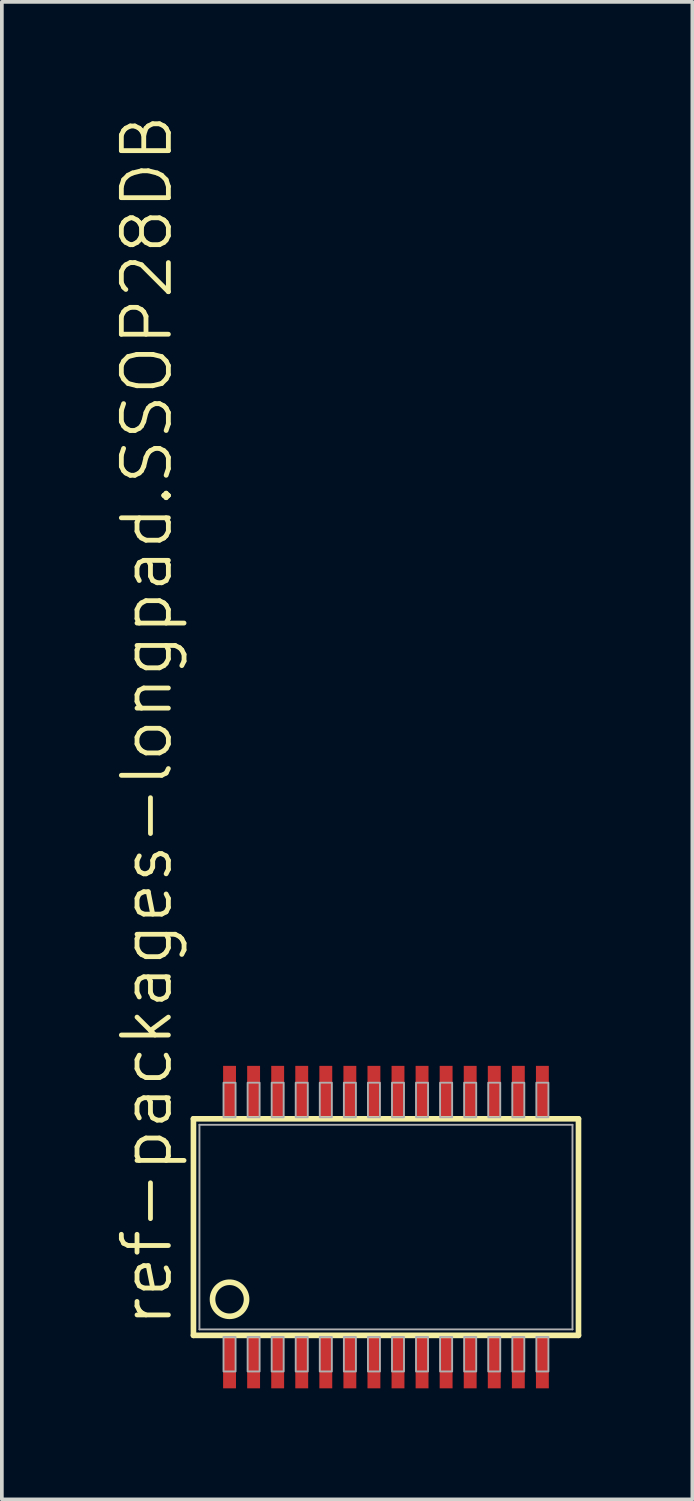
<source format=kicad_pcb>
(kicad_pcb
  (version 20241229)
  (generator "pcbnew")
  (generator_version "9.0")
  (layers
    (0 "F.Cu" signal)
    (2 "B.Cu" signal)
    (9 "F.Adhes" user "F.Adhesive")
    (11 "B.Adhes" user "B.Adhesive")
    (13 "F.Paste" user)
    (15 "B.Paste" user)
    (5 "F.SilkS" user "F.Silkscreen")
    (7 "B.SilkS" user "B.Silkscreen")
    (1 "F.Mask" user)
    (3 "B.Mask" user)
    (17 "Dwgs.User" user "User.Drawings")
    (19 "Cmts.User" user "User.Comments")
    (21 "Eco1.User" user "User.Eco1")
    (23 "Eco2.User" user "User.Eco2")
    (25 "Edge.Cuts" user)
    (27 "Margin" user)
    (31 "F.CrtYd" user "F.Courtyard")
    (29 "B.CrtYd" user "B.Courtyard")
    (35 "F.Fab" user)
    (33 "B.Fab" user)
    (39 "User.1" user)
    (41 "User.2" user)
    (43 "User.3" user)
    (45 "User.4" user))
  (footprint "ref-packages-longpad.SSOP28DB"
    (layer "F.Cu")
    (at 7.375 30.094)
    (property "Reference" "ref-packages-longpad.SSOP28DB" (at -5.715 2.76 90) (layer "F.SilkS") (effects (font (size 1.27 1.27) (thickness 0.13)) (justify left bottom)))
    (attr smd)
    (fp_line (start -5.2 -2.925) (end 5.2 -2.925) (stroke (width 0.152) (type default)) (layer "F.SilkS"))
    (fp_line (start -5.2 2.925) (end -5.2 -2.925) (stroke (width 0.152) (type default)) (layer "F.SilkS"))
    (fp_line (start 5.2 -2.925) (end 5.2 2.925) (stroke (width 0.152) (type default)) (layer "F.SilkS"))
    (fp_line (start 5.2 2.925) (end -5.2 2.925) (stroke (width 0.152) (type default)) (layer "F.SilkS"))
    (fp_circle (center -4.225 1.95) (end -3.765 1.95) (stroke (width 0.152) (type default)) (fill no) (layer "F.SilkS"))
    (fp_line (start -5.038 -2.763) (end 5.038 -2.763) (stroke (width 0.051) (type default)) (layer "F.Fab"))
    (fp_line (start -5.038 2.763) (end -5.038 -2.763) (stroke (width 0.051) (type default)) (layer "F.Fab"))
    (fp_line (start 5.038 -2.763) (end 5.038 2.763) (stroke (width 0.051) (type default)) (layer "F.Fab"))
    (fp_line (start 5.038 2.763) (end -5.038 2.763) (stroke (width 0.051) (type default)) (layer "F.Fab"))
    (fp_rect (start -4.388 -2.966) (end -4.062 -3.9) (stroke (width 0.05) (type default)) (fill no) (layer "F.Fab"))
    (fp_rect (start -4.388 3.9) (end -4.062 2.966) (stroke (width 0.05) (type default)) (fill no) (layer "F.Fab"))
    (fp_rect (start -3.737 -2.966) (end -3.413 -3.9) (stroke (width 0.05) (type default)) (fill no) (layer "F.Fab"))
    (fp_rect (start -3.737 3.9) (end -3.413 2.966) (stroke (width 0.05) (type default)) (fill no) (layer "F.Fab"))
    (fp_rect (start -3.087 -2.966) (end -2.763 -3.9) (stroke (width 0.05) (type default)) (fill no) (layer "F.Fab"))
    (fp_rect (start -3.087 3.9) (end -2.763 2.966) (stroke (width 0.05) (type default)) (fill no) (layer "F.Fab"))
    (fp_rect (start -2.438 -2.966) (end -2.112 -3.9) (stroke (width 0.05) (type default)) (fill no) (layer "F.Fab"))
    (fp_rect (start -2.438 3.9) (end -2.112 2.966) (stroke (width 0.05) (type default)) (fill no) (layer "F.Fab"))
    (fp_rect (start -1.788 -2.966) (end -1.462 -3.9) (stroke (width 0.05) (type default)) (fill no) (layer "F.Fab"))
    (fp_rect (start -1.788 3.9) (end -1.462 2.966) (stroke (width 0.05) (type default)) (fill no) (layer "F.Fab"))
    (fp_rect (start -1.137 -2.966) (end -0.812 -3.9) (stroke (width 0.05) (type default)) (fill no) (layer "F.Fab"))
    (fp_rect (start -1.137 3.9) (end -0.812 2.966) (stroke (width 0.05) (type default)) (fill no) (layer "F.Fab"))
    (fp_rect (start -0.487 -2.966) (end -0.163 -3.9) (stroke (width 0.05) (type default)) (fill no) (layer "F.Fab"))
    (fp_rect (start -0.487 3.9) (end -0.163 2.966) (stroke (width 0.05) (type default)) (fill no) (layer "F.Fab"))
    (fp_rect (start 0.163 -2.966) (end 0.487 -3.9) (stroke (width 0.05) (type default)) (fill no) (layer "F.Fab"))
    (fp_rect (start 0.163 3.9) (end 0.487 2.966) (stroke (width 0.05) (type default)) (fill no) (layer "F.Fab"))
    (fp_rect (start 0.812 -2.966) (end 1.137 -3.9) (stroke (width 0.05) (type default)) (fill no) (layer "F.Fab"))
    (fp_rect (start 0.812 3.9) (end 1.137 2.966) (stroke (width 0.05) (type default)) (fill no) (layer "F.Fab"))
    (fp_rect (start 1.462 -2.966) (end 1.788 -3.9) (stroke (width 0.05) (type default)) (fill no) (layer "F.Fab"))
    (fp_rect (start 1.462 3.9) (end 1.788 2.966) (stroke (width 0.05) (type default)) (fill no) (layer "F.Fab"))
    (fp_rect (start 2.112 -2.966) (end 2.438 -3.9) (stroke (width 0.05) (type default)) (fill no) (layer "F.Fab"))
    (fp_rect (start 2.112 3.9) (end 2.438 2.966) (stroke (width 0.05) (type default)) (fill no) (layer "F.Fab"))
    (fp_rect (start 2.763 -2.966) (end 3.087 -3.9) (stroke (width 0.05) (type default)) (fill no) (layer "F.Fab"))
    (fp_rect (start 2.763 3.9) (end 3.087 2.966) (stroke (width 0.05) (type default)) (fill no) (layer "F.Fab"))
    (fp_rect (start 3.413 -2.966) (end 3.737 -3.9) (stroke (width 0.05) (type default)) (fill no) (layer "F.Fab"))
    (fp_rect (start 3.413 3.9) (end 3.737 2.966) (stroke (width 0.05) (type default)) (fill no) (layer "F.Fab"))
    (fp_rect (start 4.062 -2.966) (end 4.388 -3.9) (stroke (width 0.05) (type default)) (fill no) (layer "F.Fab"))
    (fp_rect (start 4.062 3.9) (end 4.388 2.966) (stroke (width 0.05) (type default)) (fill no) (layer "F.Fab"))
    (pad "1" smd roundrect (at -4.225 3.656) (size 0.348 1.397) (layers "F.Cu" "F.Mask" "F.Paste") (roundrect_rratio 0.01))
    (pad "2" smd roundrect (at -3.575 3.656) (size 0.348 1.397) (layers "F.Cu" "F.Mask" "F.Paste") (roundrect_rratio 0.01))
    (pad "3" smd roundrect (at -2.925 3.656) (size 0.348 1.397) (layers "F.Cu" "F.Mask" "F.Paste") (roundrect_rratio 0.01))
    (pad "4" smd roundrect (at -2.275 3.656) (size 0.348 1.397) (layers "F.Cu" "F.Mask" "F.Paste") (roundrect_rratio 0.01))
    (pad "5" smd roundrect (at -1.625 3.656) (size 0.348 1.397) (layers "F.Cu" "F.Mask" "F.Paste") (roundrect_rratio 0.01))
    (pad "6" smd roundrect (at -0.975 3.656) (size 0.348 1.397) (layers "F.Cu" "F.Mask" "F.Paste") (roundrect_rratio 0.01))
    (pad "7" smd roundrect (at -0.325 3.656) (size 0.348 1.397) (layers "F.Cu" "F.Mask" "F.Paste") (roundrect_rratio 0.01))
    (pad "8" smd roundrect (at 0.325 3.656) (size 0.348 1.397) (layers "F.Cu" "F.Mask" "F.Paste") (roundrect_rratio 0.01))
    (pad "9" smd roundrect (at 0.975 3.656) (size 0.348 1.397) (layers "F.Cu" "F.Mask" "F.Paste") (roundrect_rratio 0.01))
    (pad "10" smd roundrect (at 1.625 3.656) (size 0.348 1.397) (layers "F.Cu" "F.Mask" "F.Paste") (roundrect_rratio 0.01))
    (pad "11" smd roundrect (at 2.275 3.656) (size 0.348 1.397) (layers "F.Cu" "F.Mask" "F.Paste") (roundrect_rratio 0.01))
    (pad "12" smd roundrect (at 2.925 3.656) (size 0.348 1.397) (layers "F.Cu" "F.Mask" "F.Paste") (roundrect_rratio 0.01))
    (pad "13" smd roundrect (at 3.575 3.656) (size 0.348 1.397) (layers "F.Cu" "F.Mask" "F.Paste") (roundrect_rratio 0.01))
    (pad "14" smd roundrect (at 4.225 3.656) (size 0.348 1.397) (layers "F.Cu" "F.Mask" "F.Paste") (roundrect_rratio 0.01))
    (pad "15" smd roundrect (at 4.225 -3.656) (size 0.348 1.397) (layers "F.Cu" "F.Mask" "F.Paste") (roundrect_rratio 0.01))
    (pad "16" smd roundrect (at 3.575 -3.656) (size 0.348 1.397) (layers "F.Cu" "F.Mask" "F.Paste") (roundrect_rratio 0.01))
    (pad "17" smd roundrect (at 2.925 -3.656) (size 0.348 1.397) (layers "F.Cu" "F.Mask" "F.Paste") (roundrect_rratio 0.01))
    (pad "18" smd roundrect (at 2.275 -3.656) (size 0.348 1.397) (layers "F.Cu" "F.Mask" "F.Paste") (roundrect_rratio 0.01))
    (pad "19" smd roundrect (at 1.625 -3.656) (size 0.348 1.397) (layers "F.Cu" "F.Mask" "F.Paste") (roundrect_rratio 0.01))
    (pad "20" smd roundrect (at 0.975 -3.656) (size 0.348 1.397) (layers "F.Cu" "F.Mask" "F.Paste") (roundrect_rratio 0.01))
    (pad "21" smd roundrect (at 0.325 -3.656) (size 0.348 1.397) (layers "F.Cu" "F.Mask" "F.Paste") (roundrect_rratio 0.01))
    (pad "22" smd roundrect (at -0.325 -3.656) (size 0.348 1.397) (layers "F.Cu" "F.Mask" "F.Paste") (roundrect_rratio 0.01))
    (pad "23" smd roundrect (at -0.975 -3.656) (size 0.348 1.397) (layers "F.Cu" "F.Mask" "F.Paste") (roundrect_rratio 0.01))
    (pad "24" smd roundrect (at -1.625 -3.656) (size 0.348 1.397) (layers "F.Cu" "F.Mask" "F.Paste") (roundrect_rratio 0.01))
    (pad "25" smd roundrect (at -2.275 -3.656) (size 0.348 1.397) (layers "F.Cu" "F.Mask" "F.Paste") (roundrect_rratio 0.01))
    (pad "26" smd roundrect (at -2.925 -3.656) (size 0.348 1.397) (layers "F.Cu" "F.Mask" "F.Paste") (roundrect_rratio 0.01))
    (pad "27" smd roundrect (at -3.575 -3.656) (size 0.348 1.397) (layers "F.Cu" "F.Mask" "F.Paste") (roundrect_rratio 0.01))
    (pad "28" smd roundrect (at -4.225 -3.656) (size 0.348 1.397) (layers "F.Cu" "F.Mask" "F.Paste") (roundrect_rratio 0.01)))
  (gr_rect
    (start -3 -3)
    (end 15.651 37.448)
    (stroke (width 0.1) (type default))
    (fill no)
    (layer "Edge.Cuts")))
</source>
